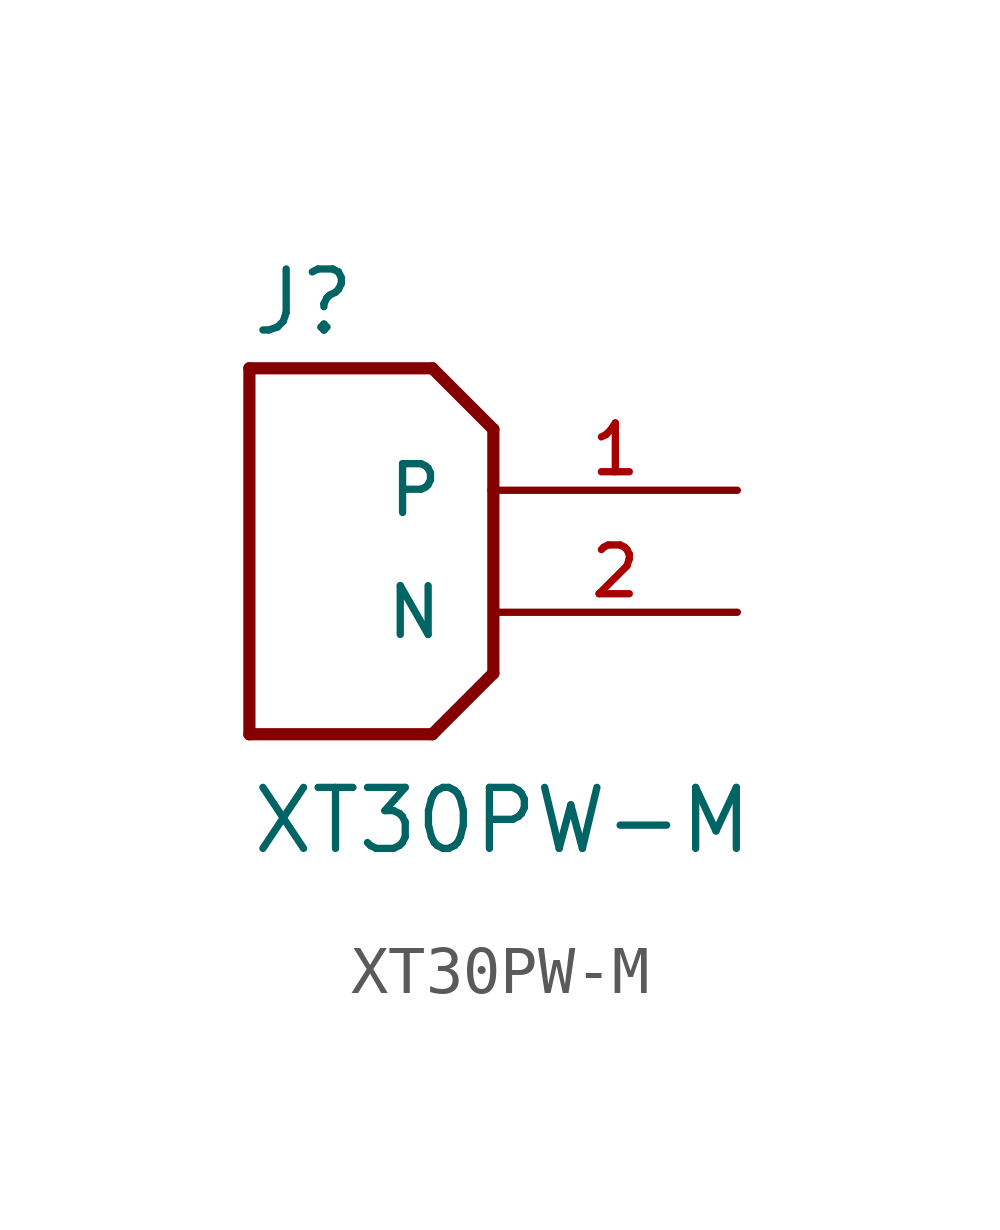
<source format=kicad_sym>
(kicad_symbol_lib
  (version 20231120)
  (generator "kicad_symbol_editor")
  (generator_version "8.0")
  (symbol "XT30PW-M"
    (power)
    (pin_names
      (offset 1.016))
    (property "Reference" "J"
      (at -2.54 4.445 0)
      (effects (font (size 1.27 1.27)) (justify left bottom)))
    (property "Value" "XT30PW-M"
      (at -2.54 -6.35 0)
      (effects (font (size 1.27 1.27)) (justify left bottom)))
    (symbol "XT30PW-M_0_0"
      (polyline (pts (xy -2.54 -3.81) (xy -2.54 3.81)) (stroke (width 0.254) (type default)) (fill (type none)))
      (polyline (pts (xy -2.54 3.81) (xy 1.27 3.81)) (stroke (width 0.254) (type default)) (fill (type none)))
      (polyline (pts (xy 1.27 -3.81) (xy -2.54 -3.81)) (stroke (width 0.254) (type default)) (fill (type none)))
      (polyline (pts (xy 2.54 -2.54) (xy 1.27 -3.81)) (stroke (width 0.254) (type default)) (fill (type none)))
      (polyline (pts (xy 2.54 1.27) (xy 2.54 -2.54)) (stroke (width 0.254) (type default)) (fill (type none)))
      (polyline (pts (xy 2.54 2.54) (xy 1.27 3.81)) (stroke (width 0.254) (type default)) (fill (type none)))
      (polyline (pts (xy 2.54 2.54) (xy 2.54 1.27)) (stroke (width 0.254) (type default)) (fill (type none))))
    (symbol "XT30PW-M_1_0"
      (pin power_in line (at 7.62 1.27 180) (length 5.08) (name "P" (effects (font (size 1.016 1.016)))) (number "1" (effects (font (size 1.016 1.016)))))
      (pin power_in line (at 7.62 -1.27 180) (length 5.08) (name "N" (effects (font (size 1.016 1.016)))) (number "2" (effects (font (size 1.016 1.016))))))))
</source>
